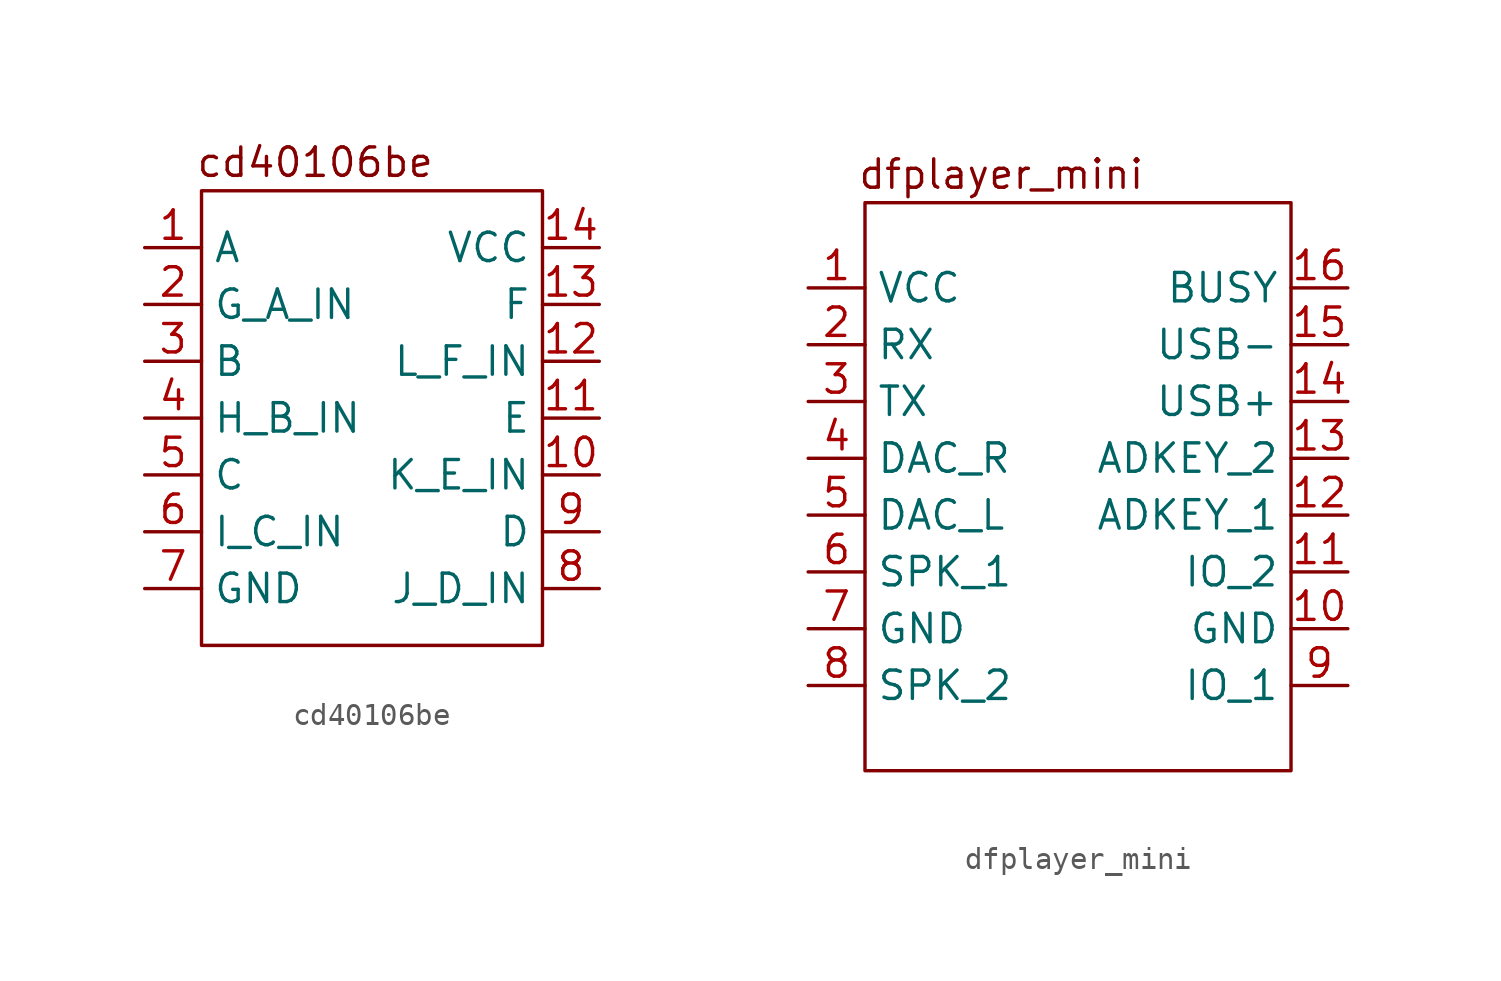
<source format=kicad_sym>
(kicad_symbol_lib
  (version 20241209)
  (generator "kicad_symbol_editor")
  (generator_version "9.0")
  (symbol "cd40106be"
    (property "Reference" "U"
      (at 0 0 0)
      (effects (font (size 1.27 1.27)) (hide yes)))
    (property "Value" ""
      (at 0 0 0)
      (effects (font (size 1.27 1.27))))
    (symbol "cd40106be_0_1"
      (rectangle (start -5.08 6.35) (end 10.16 -13.97) (stroke (width 0) (type default)) (fill (type none))))
    (symbol "cd40106be_1_1"
      (text "cd40106be" (at 0 7.62 0) (effects (font (size 1.27 1.27))))
      (pin input line (at -7.62 3.81 0) (length 2.54) (name "A" (effects (font (size 1.27 1.27)))) (number "1" (effects (font (size 1.27 1.27)))))
      (pin output line (at -7.62 1.27 0) (length 2.54) (name "G_A_IN" (effects (font (size 1.27 1.27)))) (number "2" (effects (font (size 1.27 1.27)))))
      (pin input line (at -7.62 -1.27 0) (length 2.54) (name "B" (effects (font (size 1.27 1.27)))) (number "3" (effects (font (size 1.27 1.27)))))
      (pin output line (at -7.62 -3.81 0) (length 2.54) (name "H_B_IN" (effects (font (size 1.27 1.27)))) (number "4" (effects (font (size 1.27 1.27)))))
      (pin input line (at -7.62 -6.35 0) (length 2.54) (name "C" (effects (font (size 1.27 1.27)))) (number "5" (effects (font (size 1.27 1.27)))))
      (pin output line (at -7.62 -8.89 0) (length 2.54) (name "I_C_IN" (effects (font (size 1.27 1.27)))) (number "6" (effects (font (size 1.27 1.27)))))
      (pin output line (at -7.62 -11.43 0) (length 2.54) (name "GND" (effects (font (size 1.27 1.27)))) (number "7" (effects (font (size 1.27 1.27)))))
      (pin power_in line (at 12.7 3.81 180) (length 2.54) (name "VCC" (effects (font (size 1.27 1.27)))) (number "14" (effects (font (size 1.27 1.27)))))
      (pin input line (at 12.7 1.27 180) (length 2.54) (name "F" (effects (font (size 1.27 1.27)))) (number "13" (effects (font (size 1.27 1.27)))))
      (pin output line (at 12.7 -1.27 180) (length 2.54) (name "L_F_IN" (effects (font (size 1.27 1.27)))) (number "12" (effects (font (size 1.27 1.27)))))
      (pin input line (at 12.7 -3.81 180) (length 2.54) (name "E" (effects (font (size 1.27 1.27)))) (number "11" (effects (font (size 1.27 1.27)))))
      (pin output line (at 12.7 -6.35 180) (length 2.54) (name "K_E_IN" (effects (font (size 1.27 1.27)))) (number "10" (effects (font (size 1.27 1.27)))))
      (pin input line (at 12.7 -8.89 180) (length 2.54) (name "D" (effects (font (size 1.27 1.27)))) (number "9" (effects (font (size 1.27 1.27)))))
      (pin output line (at 12.7 -11.43 180) (length 2.54) (name "J_D_IN" (effects (font (size 1.27 1.27)))) (number "8" (effects (font (size 1.27 1.27)))))))
  (symbol "dfplayer_mini"
    (property "Reference" "U"
      (at 2.032 -7.112 0)
      (effects (font (size 1.27 1.27)) (hide yes)))
    (property "Value" ""
      (at 0 0 0)
      (effects (font (size 1.27 1.27))))
    (symbol "dfplayer_mini_0_1"
      (rectangle (start -12.7 25.4) (end 6.35 0) (stroke (width 0) (type solid)) (fill (type none))))
    (symbol "dfplayer_mini_1_1"
      (text "dfplayer_mini" (at -6.604 26.67 0) (effects (font (size 1.27 1.27))))
      (pin power_in line (at -15.24 21.59 0) (length 2.54) (name "VCC" (effects (font (size 1.27 1.27)))) (number "1" (effects (font (size 1.27 1.27)))))
      (pin input line (at -15.24 19.05 0) (length 2.54) (name "RX" (effects (font (size 1.27 1.27)))) (number "2" (effects (font (size 1.27 1.27)))))
      (pin output line (at -15.24 16.51 0) (length 2.54) (name "TX" (effects (font (size 1.27 1.27)))) (number "3" (effects (font (size 1.27 1.27)))))
      (pin output line (at -15.24 13.97 0) (length 2.54) (name "DAC_R" (effects (font (size 1.27 1.27)))) (number "4" (effects (font (size 1.27 1.27)))))
      (pin output line (at -15.24 11.43 0) (length 2.54) (name "DAC_L" (effects (font (size 1.27 1.27)))) (number "5" (effects (font (size 1.27 1.27)))))
      (pin output line (at -15.24 8.89 0) (length 2.54) (name "SPK_1" (effects (font (size 1.27 1.27)))) (number "6" (effects (font (size 1.27 1.27)))))
      (pin output line (at -15.24 6.35 0) (length 2.54) (name "GND" (effects (font (size 1.27 1.27)))) (number "7" (effects (font (size 1.27 1.27)))))
      (pin output line (at -15.24 3.81 0) (length 2.54) (name "SPK_2" (effects (font (size 1.27 1.27)))) (number "8" (effects (font (size 1.27 1.27)))))
      (pin input line (at 8.89 21.59 180) (length 2.54) (name "BUSY" (effects (font (size 1.27 1.27)))) (number "16" (effects (font (size 1.27 1.27)))))
      (pin input line (at 8.89 19.05 180) (length 2.54) (name "USB-" (effects (font (size 1.27 1.27)))) (number "15" (effects (font (size 1.27 1.27)))))
      (pin input line (at 8.89 16.51 180) (length 2.54) (name "USB+" (effects (font (size 1.27 1.27)))) (number "14" (effects (font (size 1.27 1.27)))))
      (pin output line (at 8.89 13.97 180) (length 2.54) (name "ADKEY_2" (effects (font (size 1.27 1.27)))) (number "13" (effects (font (size 1.27 1.27)))))
      (pin output line (at 8.89 11.43 180) (length 2.54) (name "ADKEY_1" (effects (font (size 1.27 1.27)))) (number "12" (effects (font (size 1.27 1.27)))))
      (pin output line (at 8.89 8.89 180) (length 2.54) (name "IO_2" (effects (font (size 1.27 1.27)))) (number "11" (effects (font (size 1.27 1.27)))))
      (pin output line (at 8.89 6.35 180) (length 2.54) (name "GND" (effects (font (size 1.27 1.27)))) (number "10" (effects (font (size 1.27 1.27)))))
      (pin output line (at 8.89 3.81 180) (length 2.54) (name "IO_1" (effects (font (size 1.27 1.27)))) (number "9" (effects (font (size 1.27 1.27))))))))
</source>
